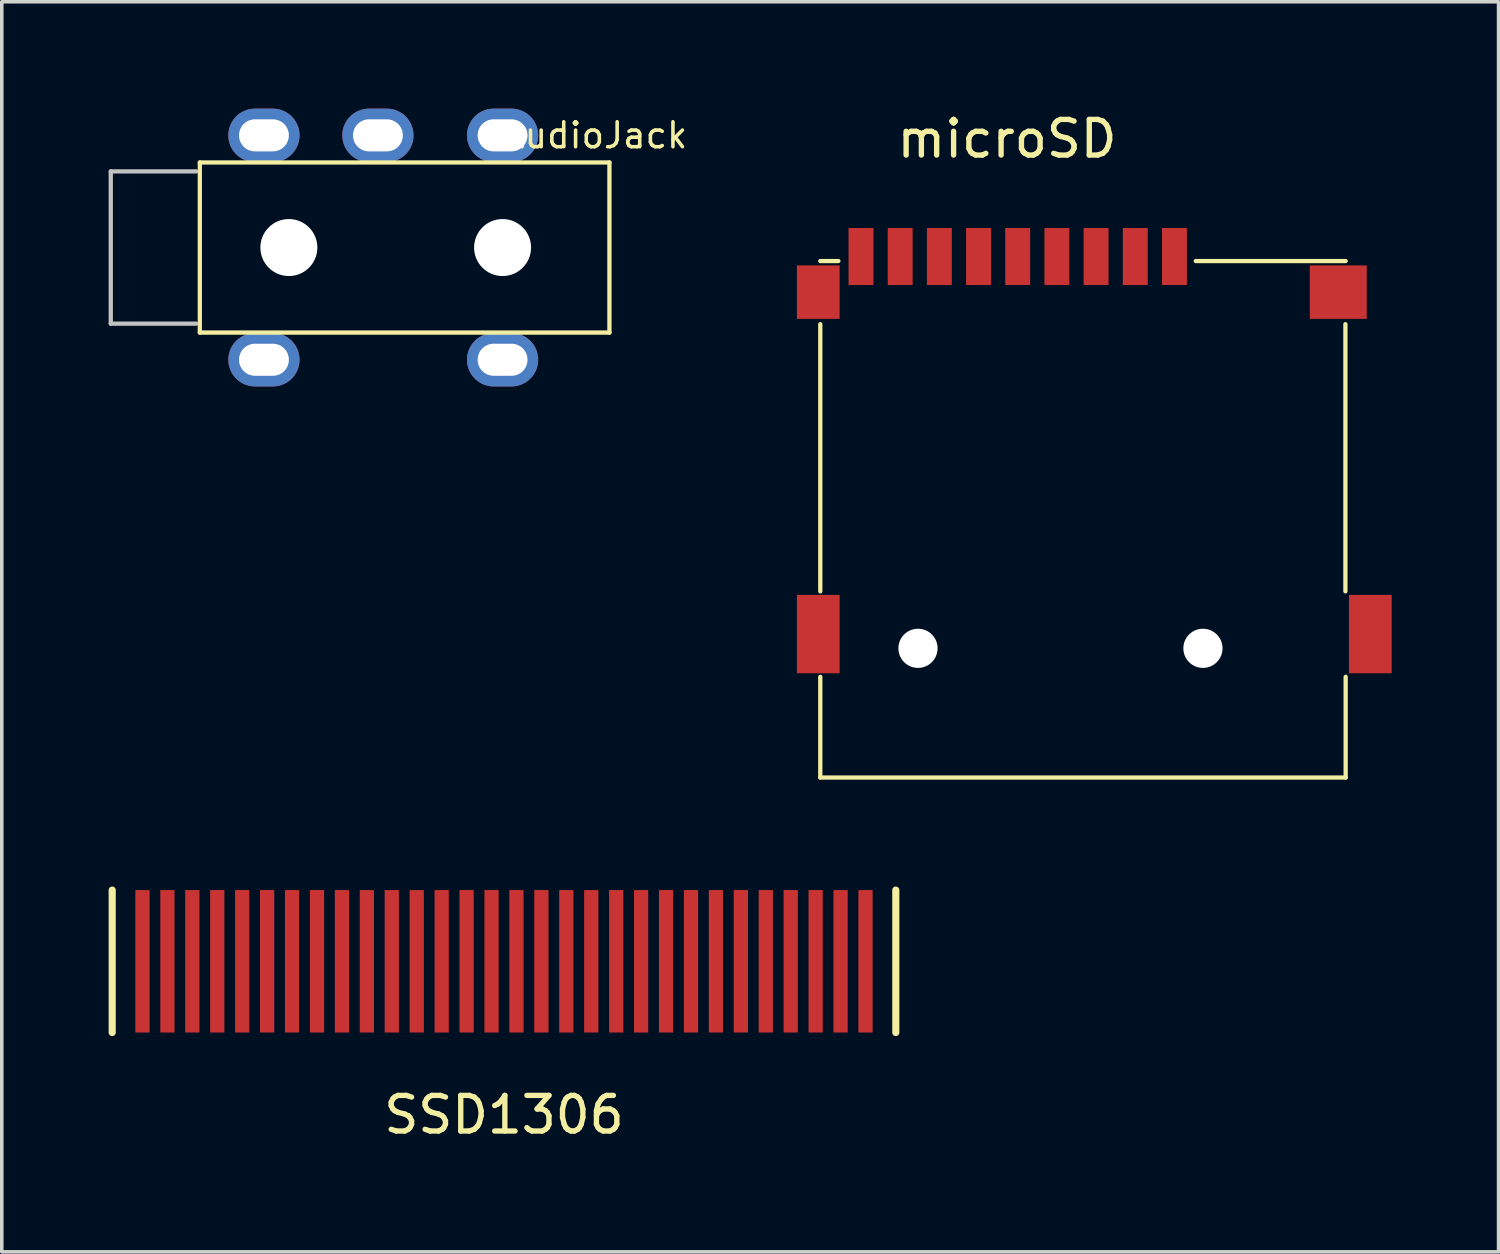
<source format=kicad_pcb>
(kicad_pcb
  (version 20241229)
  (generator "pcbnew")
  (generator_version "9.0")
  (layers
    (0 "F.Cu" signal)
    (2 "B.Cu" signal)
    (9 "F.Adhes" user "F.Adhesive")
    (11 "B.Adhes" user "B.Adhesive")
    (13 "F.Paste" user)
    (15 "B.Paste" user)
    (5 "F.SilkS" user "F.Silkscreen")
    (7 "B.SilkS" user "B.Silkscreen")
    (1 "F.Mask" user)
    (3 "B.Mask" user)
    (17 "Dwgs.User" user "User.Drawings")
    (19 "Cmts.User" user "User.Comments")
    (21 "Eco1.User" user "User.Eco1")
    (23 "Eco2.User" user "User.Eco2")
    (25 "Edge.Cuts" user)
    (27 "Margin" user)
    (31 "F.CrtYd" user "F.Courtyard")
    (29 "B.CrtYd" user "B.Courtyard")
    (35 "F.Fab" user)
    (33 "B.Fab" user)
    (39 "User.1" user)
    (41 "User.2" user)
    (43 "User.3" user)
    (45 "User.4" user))
  (footprint "microSD"
    (layer "F.Cu")
    (at 22.723 15.152)
    (property "Reference" "microSD" (at 2.5 -14.304 0) (layer "F.SilkS") (effects (font (size 1 1) (thickness 0.15))))
    (attr through_hole)
    (fp_line (start -2.743 -10.873) (end -2.235 -10.873) (stroke (width 0.12) (type solid)) (layer "F.SilkS"))
    (fp_line (start -2.743 -9.1) (end -2.743 -1.6) (stroke (width 0.12) (type solid)) (layer "F.SilkS"))
    (fp_line (start -2.743 0.8) (end -2.743 3.627) (stroke (width 0.12) (type solid)) (layer "F.SilkS"))
    (fp_line (start 7.798 -10.873) (end 12.007 -10.873) (stroke (width 0.12) (type solid)) (layer "F.SilkS"))
    (fp_line (start 12 -9.1) (end 12 -1.6) (stroke (width 0.12) (type solid)) (layer "F.SilkS"))
    (fp_line (start 12.007 0.8) (end 12.007 3.627) (stroke (width 0.12) (type solid)) (layer "F.SilkS"))
    (fp_line (start 12.007 3.627) (end -2.743 3.627) (stroke (width 0.12) (type solid)) (layer "F.SilkS"))
    (pad "" np_thru_hole circle (at 0 0) (size 1.1 1.1) (drill 1.1) (layers "*.Cu" "*.Mask"))
    (pad "" np_thru_hole circle (at 8 0) (size 1.1 1.1) (drill 1.1) (layers "*.Cu" "*.Mask"))
    (pad "1" smd rect (at 7.2 -11) (size 0.7 1.6) (layers "F.Cu" "F.Mask" "F.Paste"))
    (pad "2" smd rect (at 6.1 -11) (size 0.7 1.6) (layers "F.Cu" "F.Mask" "F.Paste"))
    (pad "3" smd rect (at 5 -11) (size 0.7 1.6) (layers "F.Cu" "F.Mask" "F.Paste"))
    (pad "4" smd rect (at 3.9 -11) (size 0.7 1.6) (layers "F.Cu" "F.Mask" "F.Paste"))
    (pad "5" smd rect (at 2.8 -11) (size 0.7 1.6) (layers "F.Cu" "F.Mask" "F.Paste"))
    (pad "6" smd rect (at 1.7 -11) (size 0.7 1.6) (layers "F.Cu" "F.Mask" "F.Paste"))
    (pad "7" smd rect (at 0.6 -11) (size 0.7 1.6) (layers "F.Cu" "F.Mask" "F.Paste"))
    (pad "8" smd rect (at -0.5 -11) (size 0.7 1.6) (layers "F.Cu" "F.Mask" "F.Paste"))
    (pad "9" smd rect (at -2.8 -10) (size 1.2 1.5) (layers "F.Cu" "F.Mask" "F.Paste"))
    (pad "9" smd rect (at -2.8 -0.4) (size 1.2 2.2) (layers "F.Cu" "F.Mask" "F.Paste"))
    (pad "9" smd rect (at 11.8 -10) (size 1.6 1.5) (layers "F.Cu" "F.Mask" "F.Paste"))
    (pad "9" smd rect (at 12.7 -0.4) (size 1.2 2.2) (layers "F.Cu" "F.Mask" "F.Paste"))
    (pad "Cd" smd rect (at -1.6 -11) (size 0.7 1.6) (layers "F.Cu" "F.Mask" "F.Paste")))
  (footprint "SSD1306"
    (layer "F.Cu")
    (at 11.1 23.939)
    (property "Reference" "SSD1306" (at 0 4.31 0) (layer "F.SilkS") (effects (font (size 1 1) (thickness 0.15))))
    (attr through_hole)
    (fp_line (start -11 2) (end -11 -2) (stroke (width 0.2) (type solid)) (layer "F.SilkS"))
    (fp_line (start 11 2) (end 11 -2) (stroke (width 0.2) (type solid)) (layer "F.SilkS"))
    (pad "1" smd rect (at -10.15 0) (size 0.4 4) (layers "F.Cu" "F.Mask" "F.Paste"))
    (pad "2" smd rect (at -9.45 0) (size 0.4 4) (layers "F.Cu" "F.Mask" "F.Paste"))
    (pad "3" smd rect (at -8.75 0) (size 0.4 4) (layers "F.Cu" "F.Mask" "F.Paste"))
    (pad "4" smd rect (at -8.05 0) (size 0.4 4) (layers "F.Cu" "F.Mask" "F.Paste"))
    (pad "5" smd rect (at -7.35 0) (size 0.4 4) (layers "F.Cu" "F.Mask" "F.Paste"))
    (pad "6" smd rect (at -6.65 0) (size 0.4 4) (layers "F.Cu" "F.Mask" "F.Paste"))
    (pad "7" smd rect (at -5.95 0) (size 0.4 4) (layers "F.Cu" "F.Mask" "F.Paste"))
    (pad "8" smd rect (at -5.25 0) (size 0.4 4) (layers "F.Cu" "F.Mask" "F.Paste"))
    (pad "9" smd rect (at -4.55 0) (size 0.4 4) (layers "F.Cu" "F.Mask" "F.Paste"))
    (pad "10" smd rect (at -3.85 0) (size 0.4 4) (layers "F.Cu" "F.Mask" "F.Paste"))
    (pad "11" smd rect (at -3.15 0) (size 0.4 4) (layers "F.Cu" "F.Mask" "F.Paste"))
    (pad "12" smd rect (at -2.45 0) (size 0.4 4) (layers "F.Cu" "F.Mask" "F.Paste"))
    (pad "13" smd rect (at -1.75 0) (size 0.4 4) (layers "F.Cu" "F.Mask" "F.Paste"))
    (pad "14" smd rect (at -1.05 0) (size 0.4 4) (layers "F.Cu" "F.Mask" "F.Paste"))
    (pad "15" smd rect (at -0.35 0) (size 0.4 4) (layers "F.Cu" "F.Mask" "F.Paste"))
    (pad "16" smd rect (at 0.35 0) (size 0.4 4) (layers "F.Cu" "F.Mask" "F.Paste"))
    (pad "17" smd rect (at 1.05 0) (size 0.4 4) (layers "F.Cu" "F.Mask" "F.Paste"))
    (pad "18" smd rect (at 1.75 0) (size 0.4 4) (layers "F.Cu" "F.Mask" "F.Paste"))
    (pad "19" smd rect (at 2.45 0) (size 0.4 4) (layers "F.Cu" "F.Mask" "F.Paste"))
    (pad "20" smd rect (at 3.15 0) (size 0.4 4) (layers "F.Cu" "F.Mask" "F.Paste"))
    (pad "21" smd rect (at 3.85 0) (size 0.4 4) (layers "F.Cu" "F.Mask" "F.Paste"))
    (pad "22" smd rect (at 4.55 0) (size 0.4 4) (layers "F.Cu" "F.Mask" "F.Paste"))
    (pad "23" smd rect (at 5.25 0) (size 0.4 4) (layers "F.Cu" "F.Mask" "F.Paste"))
    (pad "24" smd rect (at 5.95 0) (size 0.4 4) (layers "F.Cu" "F.Mask" "F.Paste"))
    (pad "25" smd rect (at 6.65 0) (size 0.4 4) (layers "F.Cu" "F.Mask" "F.Paste"))
    (pad "26" smd rect (at 7.35 0) (size 0.4 4) (layers "F.Cu" "F.Mask" "F.Paste"))
    (pad "27" smd rect (at 8.05 0) (size 0.4 4) (layers "F.Cu" "F.Mask" "F.Paste"))
    (pad "28" smd rect (at 8.75 0) (size 0.4 4) (layers "F.Cu" "F.Mask" "F.Paste"))
    (pad "29" smd rect (at 9.45 0) (size 0.4 4) (layers "F.Cu" "F.Mask" "F.Paste"))
    (pad "30" smd rect (at 10.15 0) (size 0.4 4) (layers "F.Cu" "F.Mask" "F.Paste")))
  (footprint "AudioJack"
    (layer "F.Cu")
    (at 4.36 0.75)
    (property "Reference" "AudioJack" (at 9.3 0 0) (layer "F.SilkS") (effects (font (size 0.7 0.7) (thickness 0.1))))
    (attr through_hole)
    (fp_line (start -1.8 0.762) (end -1.8 5.537) (stroke (width 0.12) (type solid)) (layer "F.SilkS"))
    (fp_line (start -1.8 5.537) (end 9.7 5.537) (stroke (width 0.12) (type solid)) (layer "F.SilkS"))
    (fp_line (start 9.7 0.762) (end -1.8 0.762) (stroke (width 0.12) (type solid)) (layer "F.SilkS"))
    (fp_line (start 9.7 0.762) (end 9.7 5.537) (stroke (width 0.12) (type solid)) (layer "F.SilkS"))
    (fp_line (start -4.3 1.012) (end -4.3 5.287) (stroke (width 0.12) (type solid)) (layer "Dwgs.User"))
    (fp_line (start -1.9 1.012) (end -4.3 1.012) (stroke (width 0.12) (type solid)) (layer "Dwgs.User"))
    (fp_line (start -1.9 5.287) (end -4.3 5.287) (stroke (width 0.12) (type solid)) (layer "Dwgs.User"))
    (pad "" np_thru_hole circle (at 0.7 3.15) (size 1.6 1.6) (drill 1.6) (layers "*.Cu" "*.Mask"))
    (pad "" np_thru_hole circle (at 6.7 3.15) (size 1.6 1.6) (drill 1.6) (layers "*.Cu" "*.Mask"))
    (pad "R" thru_hole oval (at 3.2 0) (size 2 1.5) (drill oval 1.4 0.9) (layers "*.Cu" "*.Mask"))
    (pad "S" thru_hole oval (at 0 0) (size 2 1.5) (drill oval 1.4 0.9) (layers "*.Cu" "*.Mask"))
    (pad "S" thru_hole oval (at 0 6.3) (size 2 1.5) (drill oval 1.4 0.9) (layers "*.Cu" "*.Mask"))
    (pad "T" thru_hole oval (at 6.7 0) (size 2 1.5) (drill oval 1.4 0.9) (layers "*.Cu" "*.Mask"))
    (pad "T" thru_hole oval (at 6.7 6.3) (size 2 1.5) (drill oval 1.4 0.9) (layers "*.Cu" "*.Mask")))
  (gr_rect
    (start -3 -3)
    (end 39.023 32.097)
    (stroke (width 0.1) (type default))
    (fill no)
    (layer "Edge.Cuts")))
</source>
